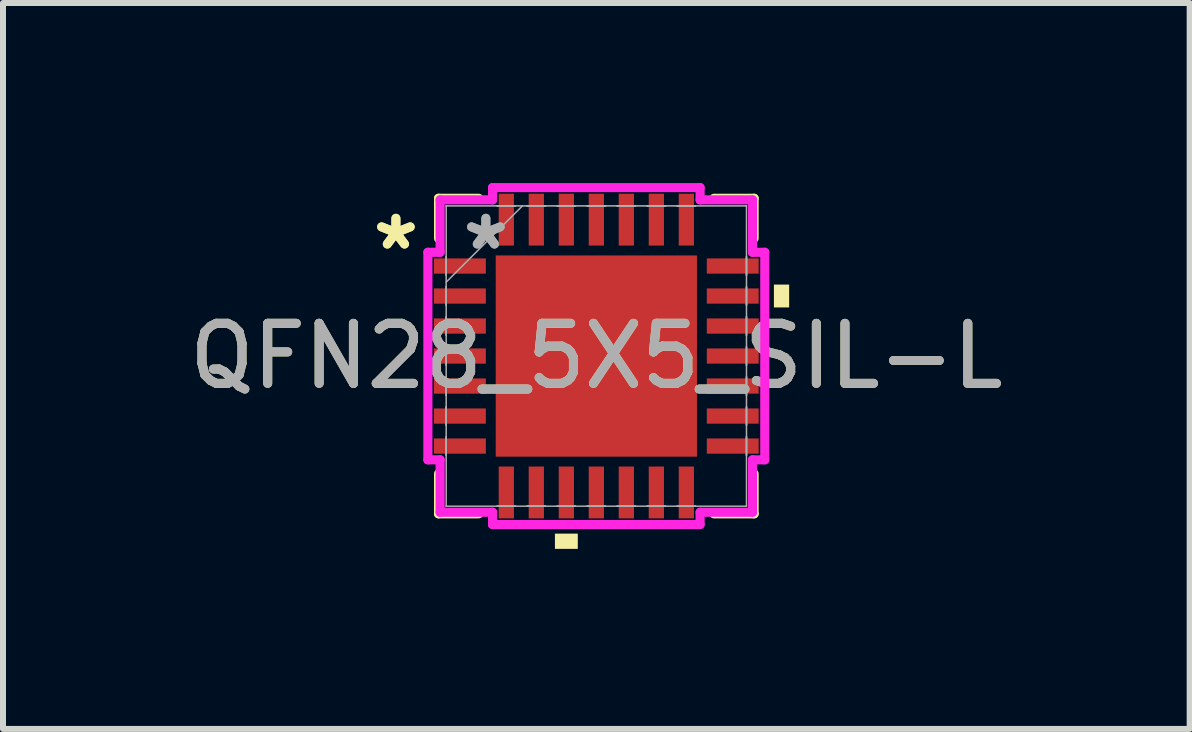
<source format=kicad_pcb>
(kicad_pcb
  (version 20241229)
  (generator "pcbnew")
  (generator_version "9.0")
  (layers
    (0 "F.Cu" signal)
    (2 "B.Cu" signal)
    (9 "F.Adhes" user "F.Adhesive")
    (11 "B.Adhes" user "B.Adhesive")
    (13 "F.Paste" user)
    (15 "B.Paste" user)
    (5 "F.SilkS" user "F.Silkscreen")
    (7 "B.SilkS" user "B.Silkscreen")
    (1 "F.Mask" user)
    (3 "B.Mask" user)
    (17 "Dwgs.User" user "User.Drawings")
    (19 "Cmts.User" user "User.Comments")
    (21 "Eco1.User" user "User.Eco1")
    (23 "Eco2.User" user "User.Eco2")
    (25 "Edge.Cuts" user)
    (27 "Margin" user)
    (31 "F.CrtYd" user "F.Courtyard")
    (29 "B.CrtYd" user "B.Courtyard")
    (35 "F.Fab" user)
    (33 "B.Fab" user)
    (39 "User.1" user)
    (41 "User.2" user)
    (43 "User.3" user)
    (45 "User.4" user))
  (footprint "QFN28_5X5_SIL-L"
    (layer "F.Cu")
    (at 6.887 2.883)
    (property "Reference" "QFN28_5X5_SIL-L" (at 0 0 0) (unlocked yes) (layer "F.SilkS") (effects (font (size 1 1) (thickness 0.15))))
    (attr smd)
    (fp_line (start -2.629 -2.629) (end -2.629 -1.96) (stroke (width 0.152) (type solid)) (layer "F.SilkS"))
    (fp_line (start -2.629 1.96) (end -2.629 2.629) (stroke (width 0.152) (type solid)) (layer "F.SilkS"))
    (fp_line (start -2.629 2.629) (end -1.96 2.629) (stroke (width 0.152) (type solid)) (layer "F.SilkS"))
    (fp_line (start -1.96 -2.629) (end -2.629 -2.629) (stroke (width 0.152) (type solid)) (layer "F.SilkS"))
    (fp_line (start 1.96 2.629) (end 2.629 2.629) (stroke (width 0.152) (type solid)) (layer "F.SilkS"))
    (fp_line (start 2.629 -2.629) (end 1.96 -2.629) (stroke (width 0.152) (type solid)) (layer "F.SilkS"))
    (fp_line (start 2.629 -1.96) (end 2.629 -2.629) (stroke (width 0.152) (type solid)) (layer "F.SilkS"))
    (fp_line (start 2.629 2.629) (end 2.629 1.96) (stroke (width 0.152) (type solid)) (layer "F.SilkS"))
    (fp_poly (pts (xy -0.69 2.959) (xy -0.69 3.213) (xy -0.309 3.213) (xy -0.309 2.959)) (stroke (width 0) (type solid)) (fill yes) (layer "F.SilkS"))
    (fp_poly (pts (xy 3.213 -1.191) (xy 3.213 -0.81) (xy 2.959 -0.81) (xy 2.959 -1.191)) (stroke (width 0) (type solid)) (fill yes) (layer "F.SilkS"))
    (fp_poly (pts (xy -1.576 -1.576) (xy -1.576 -0.1) (xy -0.1 -0.1) (xy -0.1 -1.576)) (stroke (width 0) (type solid)) (fill yes) (layer "F.Paste"))
    (fp_poly (pts (xy -1.576 0.1) (xy -1.576 1.576) (xy -0.1 1.576) (xy -0.1 0.1)) (stroke (width 0) (type solid)) (fill yes) (layer "F.Paste"))
    (fp_poly (pts (xy 0.1 -1.576) (xy 0.1 -0.1) (xy 1.576 -0.1) (xy 1.576 -1.576)) (stroke (width 0) (type solid)) (fill yes) (layer "F.Paste"))
    (fp_poly (pts (xy 0.1 0.1) (xy 0.1 1.576) (xy 1.576 1.576) (xy 1.576 0.1)) (stroke (width 0) (type solid)) (fill yes) (layer "F.Paste"))
    (fp_line (start -2.807 -1.729) (end -2.603 -1.729) (stroke (width 0.152) (type solid)) (layer "F.CrtYd"))
    (fp_line (start -2.807 1.729) (end -2.807 -1.729) (stroke (width 0.152) (type solid)) (layer "F.CrtYd"))
    (fp_line (start -2.603 -2.603) (end -1.729 -2.603) (stroke (width 0.152) (type solid)) (layer "F.CrtYd"))
    (fp_line (start -2.603 -1.729) (end -2.603 -2.603) (stroke (width 0.152) (type solid)) (layer "F.CrtYd"))
    (fp_line (start -2.603 1.729) (end -2.807 1.729) (stroke (width 0.152) (type solid)) (layer "F.CrtYd"))
    (fp_line (start -2.603 2.603) (end -2.603 1.729) (stroke (width 0.152) (type solid)) (layer "F.CrtYd"))
    (fp_line (start -1.729 -2.807) (end 1.729 -2.807) (stroke (width 0.152) (type solid)) (layer "F.CrtYd"))
    (fp_line (start -1.729 -2.603) (end -1.729 -2.807) (stroke (width 0.152) (type solid)) (layer "F.CrtYd"))
    (fp_line (start -1.729 2.603) (end -2.603 2.603) (stroke (width 0.152) (type solid)) (layer "F.CrtYd"))
    (fp_line (start -1.729 2.807) (end -1.729 2.603) (stroke (width 0.152) (type solid)) (layer "F.CrtYd"))
    (fp_line (start 1.729 -2.807) (end 1.729 -2.603) (stroke (width 0.152) (type solid)) (layer "F.CrtYd"))
    (fp_line (start 1.729 -2.603) (end 2.603 -2.603) (stroke (width 0.152) (type solid)) (layer "F.CrtYd"))
    (fp_line (start 1.729 2.603) (end 1.729 2.807) (stroke (width 0.152) (type solid)) (layer "F.CrtYd"))
    (fp_line (start 1.729 2.807) (end -1.729 2.807) (stroke (width 0.152) (type solid)) (layer "F.CrtYd"))
    (fp_line (start 2.603 -2.603) (end 2.603 -1.729) (stroke (width 0.152) (type solid)) (layer "F.CrtYd"))
    (fp_line (start 2.603 -1.729) (end 2.807 -1.729) (stroke (width 0.152) (type solid)) (layer "F.CrtYd"))
    (fp_line (start 2.603 1.729) (end 2.603 2.603) (stroke (width 0.152) (type solid)) (layer "F.CrtYd"))
    (fp_line (start 2.603 2.603) (end 1.729 2.603) (stroke (width 0.152) (type solid)) (layer "F.CrtYd"))
    (fp_line (start 2.807 -1.729) (end 2.807 1.729) (stroke (width 0.152) (type solid)) (layer "F.CrtYd"))
    (fp_line (start 2.807 1.729) (end 2.603 1.729) (stroke (width 0.152) (type solid)) (layer "F.CrtYd"))
    (fp_line (start -2.502 -2.502) (end -2.502 -2.502) (stroke (width 0.025) (type solid)) (layer "F.Fab"))
    (fp_line (start -2.502 -2.502) (end -2.502 2.502) (stroke (width 0.025) (type solid)) (layer "F.Fab"))
    (fp_line (start -2.502 -1.652) (end -2.502 -1.652) (stroke (width 0.025) (type solid)) (layer "F.Fab"))
    (fp_line (start -2.502 -1.652) (end -2.502 -1.348) (stroke (width 0.025) (type solid)) (layer "F.Fab"))
    (fp_line (start -2.502 -1.348) (end -2.502 -1.652) (stroke (width 0.025) (type solid)) (layer "F.Fab"))
    (fp_line (start -2.502 -1.348) (end -2.502 -1.348) (stroke (width 0.025) (type solid)) (layer "F.Fab"))
    (fp_line (start -2.502 -1.232) (end -1.232 -2.502) (stroke (width 0.025) (type solid)) (layer "F.Fab"))
    (fp_line (start -2.502 -1.152) (end -2.502 -1.152) (stroke (width 0.025) (type solid)) (layer "F.Fab"))
    (fp_line (start -2.502 -1.152) (end -2.502 -0.848) (stroke (width 0.025) (type solid)) (layer "F.Fab"))
    (fp_line (start -2.502 -0.848) (end -2.502 -1.152) (stroke (width 0.025) (type solid)) (layer "F.Fab"))
    (fp_line (start -2.502 -0.848) (end -2.502 -0.848) (stroke (width 0.025) (type solid)) (layer "F.Fab"))
    (fp_line (start -2.502 -0.652) (end -2.502 -0.652) (stroke (width 0.025) (type solid)) (layer "F.Fab"))
    (fp_line (start -2.502 -0.652) (end -2.502 -0.348) (stroke (width 0.025) (type solid)) (layer "F.Fab"))
    (fp_line (start -2.502 -0.348) (end -2.502 -0.652) (stroke (width 0.025) (type solid)) (layer "F.Fab"))
    (fp_line (start -2.502 -0.348) (end -2.502 -0.348) (stroke (width 0.025) (type solid)) (layer "F.Fab"))
    (fp_line (start -2.502 -0.152) (end -2.502 -0.152) (stroke (width 0.025) (type solid)) (layer "F.Fab"))
    (fp_line (start -2.502 -0.152) (end -2.502 0.152) (stroke (width 0.025) (type solid)) (layer "F.Fab"))
    (fp_line (start -2.502 0.152) (end -2.502 -0.152) (stroke (width 0.025) (type solid)) (layer "F.Fab"))
    (fp_line (start -2.502 0.152) (end -2.502 0.152) (stroke (width 0.025) (type solid)) (layer "F.Fab"))
    (fp_line (start -2.502 0.348) (end -2.502 0.348) (stroke (width 0.025) (type solid)) (layer "F.Fab"))
    (fp_line (start -2.502 0.348) (end -2.502 0.652) (stroke (width 0.025) (type solid)) (layer "F.Fab"))
    (fp_line (start -2.502 0.652) (end -2.502 0.348) (stroke (width 0.025) (type solid)) (layer "F.Fab"))
    (fp_line (start -2.502 0.652) (end -2.502 0.652) (stroke (width 0.025) (type solid)) (layer "F.Fab"))
    (fp_line (start -2.502 0.848) (end -2.502 0.848) (stroke (width 0.025) (type solid)) (layer "F.Fab"))
    (fp_line (start -2.502 0.848) (end -2.502 1.152) (stroke (width 0.025) (type solid)) (layer "F.Fab"))
    (fp_line (start -2.502 1.152) (end -2.502 0.848) (stroke (width 0.025) (type solid)) (layer "F.Fab"))
    (fp_line (start -2.502 1.152) (end -2.502 1.152) (stroke (width 0.025) (type solid)) (layer "F.Fab"))
    (fp_line (start -2.502 1.348) (end -2.502 1.348) (stroke (width 0.025) (type solid)) (layer "F.Fab"))
    (fp_line (start -2.502 1.348) (end -2.502 1.652) (stroke (width 0.025) (type solid)) (layer "F.Fab"))
    (fp_line (start -2.502 1.652) (end -2.502 1.348) (stroke (width 0.025) (type solid)) (layer "F.Fab"))
    (fp_line (start -2.502 1.652) (end -2.502 1.652) (stroke (width 0.025) (type solid)) (layer "F.Fab"))
    (fp_line (start -2.502 2.502) (end -2.502 2.502) (stroke (width 0.025) (type solid)) (layer "F.Fab"))
    (fp_line (start -2.502 2.502) (end 2.502 2.502) (stroke (width 0.025) (type solid)) (layer "F.Fab"))
    (fp_line (start -1.652 -2.502) (end -1.652 -2.502) (stroke (width 0.025) (type solid)) (layer "F.Fab"))
    (fp_line (start -1.652 -2.502) (end -1.348 -2.502) (stroke (width 0.025) (type solid)) (layer "F.Fab"))
    (fp_line (start -1.652 2.502) (end -1.652 2.502) (stroke (width 0.025) (type solid)) (layer "F.Fab"))
    (fp_line (start -1.652 2.502) (end -1.348 2.502) (stroke (width 0.025) (type solid)) (layer "F.Fab"))
    (fp_line (start -1.348 -2.502) (end -1.652 -2.502) (stroke (width 0.025) (type solid)) (layer "F.Fab"))
    (fp_line (start -1.348 -2.502) (end -1.348 -2.502) (stroke (width 0.025) (type solid)) (layer "F.Fab"))
    (fp_line (start -1.348 2.502) (end -1.652 2.502) (stroke (width 0.025) (type solid)) (layer "F.Fab"))
    (fp_line (start -1.348 2.502) (end -1.348 2.502) (stroke (width 0.025) (type solid)) (layer "F.Fab"))
    (fp_line (start -1.152 -2.502) (end -1.152 -2.502) (stroke (width 0.025) (type solid)) (layer "F.Fab"))
    (fp_line (start -1.152 -2.502) (end -0.848 -2.502) (stroke (width 0.025) (type solid)) (layer "F.Fab"))
    (fp_line (start -1.152 2.502) (end -1.152 2.502) (stroke (width 0.025) (type solid)) (layer "F.Fab"))
    (fp_line (start -1.152 2.502) (end -0.848 2.502) (stroke (width 0.025) (type solid)) (layer "F.Fab"))
    (fp_line (start -0.848 -2.502) (end -1.152 -2.502) (stroke (width 0.025) (type solid)) (layer "F.Fab"))
    (fp_line (start -0.848 -2.502) (end -0.848 -2.502) (stroke (width 0.025) (type solid)) (layer "F.Fab"))
    (fp_line (start -0.848 2.502) (end -1.152 2.502) (stroke (width 0.025) (type solid)) (layer "F.Fab"))
    (fp_line (start -0.848 2.502) (end -0.848 2.502) (stroke (width 0.025) (type solid)) (layer "F.Fab"))
    (fp_line (start -0.652 -2.502) (end -0.652 -2.502) (stroke (width 0.025) (type solid)) (layer "F.Fab"))
    (fp_line (start -0.652 -2.502) (end -0.348 -2.502) (stroke (width 0.025) (type solid)) (layer "F.Fab"))
    (fp_line (start -0.652 2.502) (end -0.652 2.502) (stroke (width 0.025) (type solid)) (layer "F.Fab"))
    (fp_line (start -0.652 2.502) (end -0.348 2.502) (stroke (width 0.025) (type solid)) (layer "F.Fab"))
    (fp_line (start -0.348 -2.502) (end -0.652 -2.502) (stroke (width 0.025) (type solid)) (layer "F.Fab"))
    (fp_line (start -0.348 -2.502) (end -0.348 -2.502) (stroke (width 0.025) (type solid)) (layer "F.Fab"))
    (fp_line (start -0.348 2.502) (end -0.652 2.502) (stroke (width 0.025) (type solid)) (layer "F.Fab"))
    (fp_line (start -0.348 2.502) (end -0.348 2.502) (stroke (width 0.025) (type solid)) (layer "F.Fab"))
    (fp_line (start -0.152 -2.502) (end -0.152 -2.502) (stroke (width 0.025) (type solid)) (layer "F.Fab"))
    (fp_line (start -0.152 -2.502) (end 0.152 -2.502) (stroke (width 0.025) (type solid)) (layer "F.Fab"))
    (fp_line (start -0.152 2.502) (end -0.152 2.502) (stroke (width 0.025) (type solid)) (layer "F.Fab"))
    (fp_line (start -0.152 2.502) (end 0.152 2.502) (stroke (width 0.025) (type solid)) (layer "F.Fab"))
    (fp_line (start 0.152 -2.502) (end -0.152 -2.502) (stroke (width 0.025) (type solid)) (layer "F.Fab"))
    (fp_line (start 0.152 -2.502) (end 0.152 -2.502) (stroke (width 0.025) (type solid)) (layer "F.Fab"))
    (fp_line (start 0.152 2.502) (end -0.152 2.502) (stroke (width 0.025) (type solid)) (layer "F.Fab"))
    (fp_line (start 0.152 2.502) (end 0.152 2.502) (stroke (width 0.025) (type solid)) (layer "F.Fab"))
    (fp_line (start 0.348 -2.502) (end 0.348 -2.502) (stroke (width 0.025) (type solid)) (layer "F.Fab"))
    (fp_line (start 0.348 -2.502) (end 0.652 -2.502) (stroke (width 0.025) (type solid)) (layer "F.Fab"))
    (fp_line (start 0.348 2.502) (end 0.348 2.502) (stroke (width 0.025) (type solid)) (layer "F.Fab"))
    (fp_line (start 0.348 2.502) (end 0.652 2.502) (stroke (width 0.025) (type solid)) (layer "F.Fab"))
    (fp_line (start 0.652 -2.502) (end 0.348 -2.502) (stroke (width 0.025) (type solid)) (layer "F.Fab"))
    (fp_line (start 0.652 -2.502) (end 0.652 -2.502) (stroke (width 0.025) (type solid)) (layer "F.Fab"))
    (fp_line (start 0.652 2.502) (end 0.348 2.502) (stroke (width 0.025) (type solid)) (layer "F.Fab"))
    (fp_line (start 0.652 2.502) (end 0.652 2.502) (stroke (width 0.025) (type solid)) (layer "F.Fab"))
    (fp_line (start 0.848 -2.502) (end 0.848 -2.502) (stroke (width 0.025) (type solid)) (layer "F.Fab"))
    (fp_line (start 0.848 -2.502) (end 1.152 -2.502) (stroke (width 0.025) (type solid)) (layer "F.Fab"))
    (fp_line (start 0.848 2.502) (end 0.848 2.502) (stroke (width 0.025) (type solid)) (layer "F.Fab"))
    (fp_line (start 0.848 2.502) (end 1.152 2.502) (stroke (width 0.025) (type solid)) (layer "F.Fab"))
    (fp_line (start 1.152 -2.502) (end 0.848 -2.502) (stroke (width 0.025) (type solid)) (layer "F.Fab"))
    (fp_line (start 1.152 -2.502) (end 1.152 -2.502) (stroke (width 0.025) (type solid)) (layer "F.Fab"))
    (fp_line (start 1.152 2.502) (end 0.848 2.502) (stroke (width 0.025) (type solid)) (layer "F.Fab"))
    (fp_line (start 1.152 2.502) (end 1.152 2.502) (stroke (width 0.025) (type solid)) (layer "F.Fab"))
    (fp_line (start 1.348 -2.502) (end 1.348 -2.502) (stroke (width 0.025) (type solid)) (layer "F.Fab"))
    (fp_line (start 1.348 -2.502) (end 1.652 -2.502) (stroke (width 0.025) (type solid)) (layer "F.Fab"))
    (fp_line (start 1.348 2.502) (end 1.348 2.502) (stroke (width 0.025) (type solid)) (layer "F.Fab"))
    (fp_line (start 1.348 2.502) (end 1.652 2.502) (stroke (width 0.025) (type solid)) (layer "F.Fab"))
    (fp_line (start 1.652 -2.502) (end 1.348 -2.502) (stroke (width 0.025) (type solid)) (layer "F.Fab"))
    (fp_line (start 1.652 -2.502) (end 1.652 -2.502) (stroke (width 0.025) (type solid)) (layer "F.Fab"))
    (fp_line (start 1.652 2.502) (end 1.348 2.502) (stroke (width 0.025) (type solid)) (layer "F.Fab"))
    (fp_line (start 1.652 2.502) (end 1.652 2.502) (stroke (width 0.025) (type solid)) (layer "F.Fab"))
    (fp_line (start 2.502 -2.502) (end -2.502 -2.502) (stroke (width 0.025) (type solid)) (layer "F.Fab"))
    (fp_line (start 2.502 -2.502) (end 2.502 -2.502) (stroke (width 0.025) (type solid)) (layer "F.Fab"))
    (fp_line (start 2.502 -1.652) (end 2.502 -1.652) (stroke (width 0.025) (type solid)) (layer "F.Fab"))
    (fp_line (start 2.502 -1.652) (end 2.502 -1.348) (stroke (width 0.025) (type solid)) (layer "F.Fab"))
    (fp_line (start 2.502 -1.348) (end 2.502 -1.652) (stroke (width 0.025) (type solid)) (layer "F.Fab"))
    (fp_line (start 2.502 -1.348) (end 2.502 -1.348) (stroke (width 0.025) (type solid)) (layer "F.Fab"))
    (fp_line (start 2.502 -1.152) (end 2.502 -1.152) (stroke (width 0.025) (type solid)) (layer "F.Fab"))
    (fp_line (start 2.502 -1.152) (end 2.502 -0.848) (stroke (width 0.025) (type solid)) (layer "F.Fab"))
    (fp_line (start 2.502 -0.848) (end 2.502 -1.152) (stroke (width 0.025) (type solid)) (layer "F.Fab"))
    (fp_line (start 2.502 -0.848) (end 2.502 -0.848) (stroke (width 0.025) (type solid)) (layer "F.Fab"))
    (fp_line (start 2.502 -0.652) (end 2.502 -0.652) (stroke (width 0.025) (type solid)) (layer "F.Fab"))
    (fp_line (start 2.502 -0.652) (end 2.502 -0.348) (stroke (width 0.025) (type solid)) (layer "F.Fab"))
    (fp_line (start 2.502 -0.348) (end 2.502 -0.652) (stroke (width 0.025) (type solid)) (layer "F.Fab"))
    (fp_line (start 2.502 -0.348) (end 2.502 -0.348) (stroke (width 0.025) (type solid)) (layer "F.Fab"))
    (fp_line (start 2.502 -0.152) (end 2.502 -0.152) (stroke (width 0.025) (type solid)) (layer "F.Fab"))
    (fp_line (start 2.502 -0.152) (end 2.502 0.152) (stroke (width 0.025) (type solid)) (layer "F.Fab"))
    (fp_line (start 2.502 0.152) (end 2.502 -0.152) (stroke (width 0.025) (type solid)) (layer "F.Fab"))
    (fp_line (start 2.502 0.152) (end 2.502 0.152) (stroke (width 0.025) (type solid)) (layer "F.Fab"))
    (fp_line (start 2.502 0.348) (end 2.502 0.348) (stroke (width 0.025) (type solid)) (layer "F.Fab"))
    (fp_line (start 2.502 0.348) (end 2.502 0.652) (stroke (width 0.025) (type solid)) (layer "F.Fab"))
    (fp_line (start 2.502 0.652) (end 2.502 0.348) (stroke (width 0.025) (type solid)) (layer "F.Fab"))
    (fp_line (start 2.502 0.652) (end 2.502 0.652) (stroke (width 0.025) (type solid)) (layer "F.Fab"))
    (fp_line (start 2.502 0.848) (end 2.502 0.848) (stroke (width 0.025) (type solid)) (layer "F.Fab"))
    (fp_line (start 2.502 0.848) (end 2.502 1.152) (stroke (width 0.025) (type solid)) (layer "F.Fab"))
    (fp_line (start 2.502 1.152) (end 2.502 0.848) (stroke (width 0.025) (type solid)) (layer "F.Fab"))
    (fp_line (start 2.502 1.152) (end 2.502 1.152) (stroke (width 0.025) (type solid)) (layer "F.Fab"))
    (fp_line (start 2.502 1.348) (end 2.502 1.348) (stroke (width 0.025) (type solid)) (layer "F.Fab"))
    (fp_line (start 2.502 1.348) (end 2.502 1.652) (stroke (width 0.025) (type solid)) (layer "F.Fab"))
    (fp_line (start 2.502 1.652) (end 2.502 1.348) (stroke (width 0.025) (type solid)) (layer "F.Fab"))
    (fp_line (start 2.502 1.652) (end 2.502 1.652) (stroke (width 0.025) (type solid)) (layer "F.Fab"))
    (fp_line (start 2.502 2.502) (end 2.502 -2.502) (stroke (width 0.025) (type solid)) (layer "F.Fab"))
    (fp_line (start 2.502 2.502) (end 2.502 2.502) (stroke (width 0.025) (type solid)) (layer "F.Fab"))
    (fp_text user "*" (at -3.34 -1.75 0) (layer "F.SilkS") (effects (font (size 1 1) (thickness 0.15))))
    (fp_text user "*" (at -3.34 -1.75 0) (unlocked yes) (layer "F.SilkS") (effects (font (size 1 1) (thickness 0.15))))
    (fp_text user "*" (at -1.841 -1.75 0) (unlocked yes) (layer "F.Fab") (effects (font (size 1 1) (thickness 0.15))))
    (fp_text user "*" (at -1.841 -1.75 0) (layer "F.Fab") (effects (font (size 1 1) (thickness 0.15))))
    (fp_text user "${REFERENCE}" (at 0 0 0) (unlocked yes) (layer "F.Fab") (effects (font (size 1 1) (thickness 0.15))))
    (pad "1" smd rect (at -2.273 -1.5 90) (size 0.254 0.864) (layers "F.Cu" "F.Mask" "F.Paste"))
    (pad "2" smd rect (at -2.273 -1 90) (size 0.254 0.864) (layers "F.Cu" "F.Mask" "F.Paste"))
    (pad "3" smd rect (at -2.273 -0.5 90) (size 0.254 0.864) (layers "F.Cu" "F.Mask" "F.Paste"))
    (pad "4" smd rect (at -2.273 0 90) (size 0.254 0.864) (layers "F.Cu" "F.Mask" "F.Paste"))
    (pad "5" smd rect (at -2.273 0.5 90) (size 0.254 0.864) (layers "F.Cu" "F.Mask" "F.Paste"))
    (pad "6" smd rect (at -2.273 1 90) (size 0.254 0.864) (layers "F.Cu" "F.Mask" "F.Paste"))
    (pad "7" smd rect (at -2.273 1.5 90) (size 0.254 0.864) (layers "F.Cu" "F.Mask" "F.Paste"))
    (pad "8" smd rect (at -1.5 2.273) (size 0.254 0.864) (layers "F.Cu" "F.Mask" "F.Paste"))
    (pad "9" smd rect (at -1 2.273) (size 0.254 0.864) (layers "F.Cu" "F.Mask" "F.Paste"))
    (pad "10" smd rect (at -0.5 2.273) (size 0.254 0.864) (layers "F.Cu" "F.Mask" "F.Paste"))
    (pad "11" smd rect (at 0 2.273) (size 0.254 0.864) (layers "F.Cu" "F.Mask" "F.Paste"))
    (pad "12" smd rect (at 0.5 2.273) (size 0.254 0.864) (layers "F.Cu" "F.Mask" "F.Paste"))
    (pad "13" smd rect (at 1 2.273) (size 0.254 0.864) (layers "F.Cu" "F.Mask" "F.Paste"))
    (pad "14" smd rect (at 1.5 2.273) (size 0.254 0.864) (layers "F.Cu" "F.Mask" "F.Paste"))
    (pad "15" smd rect (at 2.273 1.5 90) (size 0.254 0.864) (layers "F.Cu" "F.Mask" "F.Paste"))
    (pad "16" smd rect (at 2.273 1 90) (size 0.254 0.864) (layers "F.Cu" "F.Mask" "F.Paste"))
    (pad "17" smd rect (at 2.273 0.5 90) (size 0.254 0.864) (layers "F.Cu" "F.Mask" "F.Paste"))
    (pad "18" smd rect (at 2.273 0 90) (size 0.254 0.864) (layers "F.Cu" "F.Mask" "F.Paste"))
    (pad "19" smd rect (at 2.273 -0.5 90) (size 0.254 0.864) (layers "F.Cu" "F.Mask" "F.Paste"))
    (pad "20" smd rect (at 2.273 -1 90) (size 0.254 0.864) (layers "F.Cu" "F.Mask" "F.Paste"))
    (pad "21" smd rect (at 2.273 -1.5 90) (size 0.254 0.864) (layers "F.Cu" "F.Mask" "F.Paste"))
    (pad "22" smd rect (at 1.5 -2.273) (size 0.254 0.864) (layers "F.Cu" "F.Mask" "F.Paste"))
    (pad "23" smd rect (at 1 -2.273) (size 0.254 0.864) (layers "F.Cu" "F.Mask" "F.Paste"))
    (pad "24" smd rect (at 0.5 -2.273) (size 0.254 0.864) (layers "F.Cu" "F.Mask" "F.Paste"))
    (pad "25" smd rect (at 0 -2.273) (size 0.254 0.864) (layers "F.Cu" "F.Mask" "F.Paste"))
    (pad "26" smd rect (at -0.5 -2.273) (size 0.254 0.864) (layers "F.Cu" "F.Mask" "F.Paste"))
    (pad "27" smd rect (at -1 -2.273) (size 0.254 0.864) (layers "F.Cu" "F.Mask" "F.Paste"))
    (pad "28" smd rect (at -1.5 -2.273) (size 0.254 0.864) (layers "F.Cu" "F.Mask" "F.Paste"))
    (pad "29" smd rect (at 0 0) (size 3.353 3.353) (layers "F.Cu" "F.Mask" "F.Paste")))
  (gr_rect
    (start -3 -3)
    (end 16.774 9.096)
    (stroke (width 0.1) (type default))
    (fill no)
    (layer "Edge.Cuts")))
</source>
